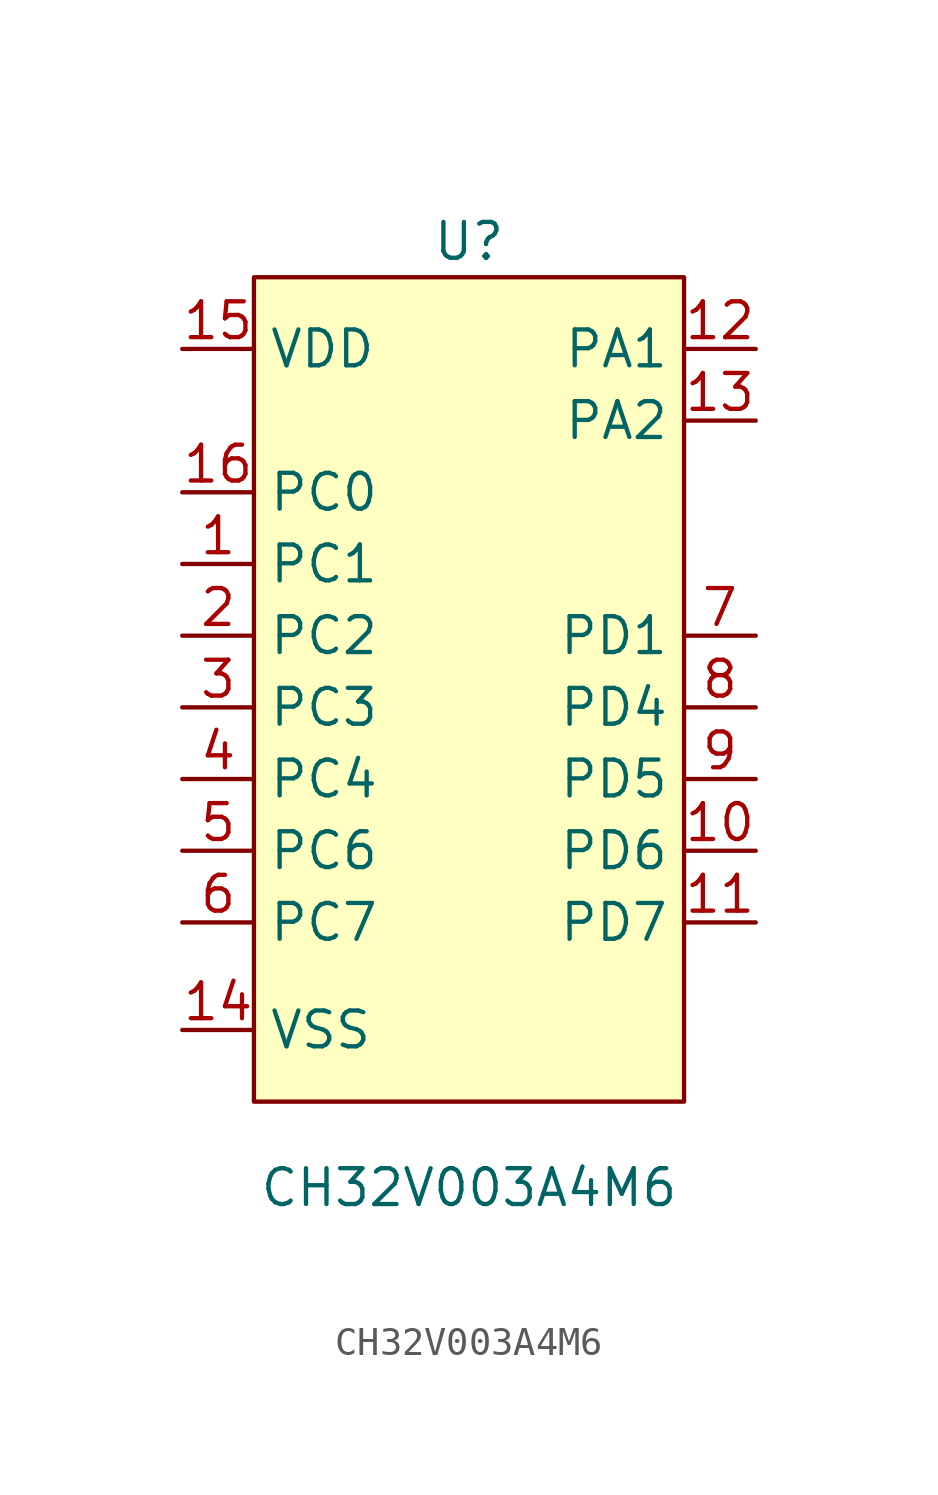
<source format=kicad_sym>
(kicad_symbol_lib
  (version 20231120)
  (generator "kicad_symbol_editor")
  (generator_version "8.0")
  (symbol "CH32V003A4M6"
    (property "Reference" "U"
      (at 0 16.51 0)
      (effects (font (size 1.27 1.27))))
    (property "Value" "CH32V003A4M6"
      (at 0 -17.018 0)
      (effects (font (size 1.27 1.27))))
    (symbol "CH32V003A4M6_0_0"
      (pin unspecified line (at -10.16 5.08 0) (length 2.54) (name "PC1" (effects (font (size 1.27 1.27)))) (number "1" (effects (font (size 1.27 1.27)))))
      (pin unspecified line (at 10.16 -5.08 180) (length 2.54) (name "PD6" (effects (font (size 1.27 1.27)))) (number "10" (effects (font (size 1.27 1.27)))))
      (pin unspecified line (at 10.16 -7.62 180) (length 2.54) (name "PD7" (effects (font (size 1.27 1.27)))) (number "11" (effects (font (size 1.27 1.27)))))
      (pin unspecified line (at 10.16 12.7 180) (length 2.54) (name "PA1" (effects (font (size 1.27 1.27)))) (number "12" (effects (font (size 1.27 1.27)))))
      (pin unspecified line (at 10.16 10.16 180) (length 2.54) (name "PA2" (effects (font (size 1.27 1.27)))) (number "13" (effects (font (size 1.27 1.27)))))
      (pin unspecified line (at -10.16 -11.43 0) (length 2.54) (name "VSS" (effects (font (size 1.27 1.27)))) (number "14" (effects (font (size 1.27 1.27)))))
      (pin unspecified line (at -10.16 12.7 0) (length 2.54) (name "VDD" (effects (font (size 1.27 1.27)))) (number "15" (effects (font (size 1.27 1.27)))))
      (pin unspecified line (at -10.16 7.62 0) (length 2.54) (name "PC0" (effects (font (size 1.27 1.27)))) (number "16" (effects (font (size 1.27 1.27)))))
      (pin unspecified line (at -10.16 2.54 0) (length 2.54) (name "PC2" (effects (font (size 1.27 1.27)))) (number "2" (effects (font (size 1.27 1.27)))))
      (pin unspecified line (at -10.16 0 0) (length 2.54) (name "PC3" (effects (font (size 1.27 1.27)))) (number "3" (effects (font (size 1.27 1.27)))))
      (pin unspecified line (at -10.16 -2.54 0) (length 2.54) (name "PC4" (effects (font (size 1.27 1.27)))) (number "4" (effects (font (size 1.27 1.27)))))
      (pin unspecified line (at -10.16 -5.08 0) (length 2.54) (name "PC6" (effects (font (size 1.27 1.27)))) (number "5" (effects (font (size 1.27 1.27)))))
      (pin unspecified line (at -10.16 -7.62 0) (length 2.54) (name "PC7" (effects (font (size 1.27 1.27)))) (number "6" (effects (font (size 1.27 1.27)))))
      (pin unspecified line (at 10.16 2.54 180) (length 2.54) (name "PD1" (effects (font (size 1.27 1.27)))) (number "7" (effects (font (size 1.27 1.27)))))
      (pin unspecified line (at 10.16 0 180) (length 2.54) (name "PD4" (effects (font (size 1.27 1.27)))) (number "8" (effects (font (size 1.27 1.27)))))
      (pin unspecified line (at 10.16 -2.54 180) (length 2.54) (name "PD5" (effects (font (size 1.27 1.27)))) (number "9" (effects (font (size 1.27 1.27))))))
    (symbol "CH32V003A4M6_1_1"
      (rectangle (start -7.62 15.24) (end 7.62 -13.97) (stroke (width 0) (type default)) (fill (type background))))))
</source>
